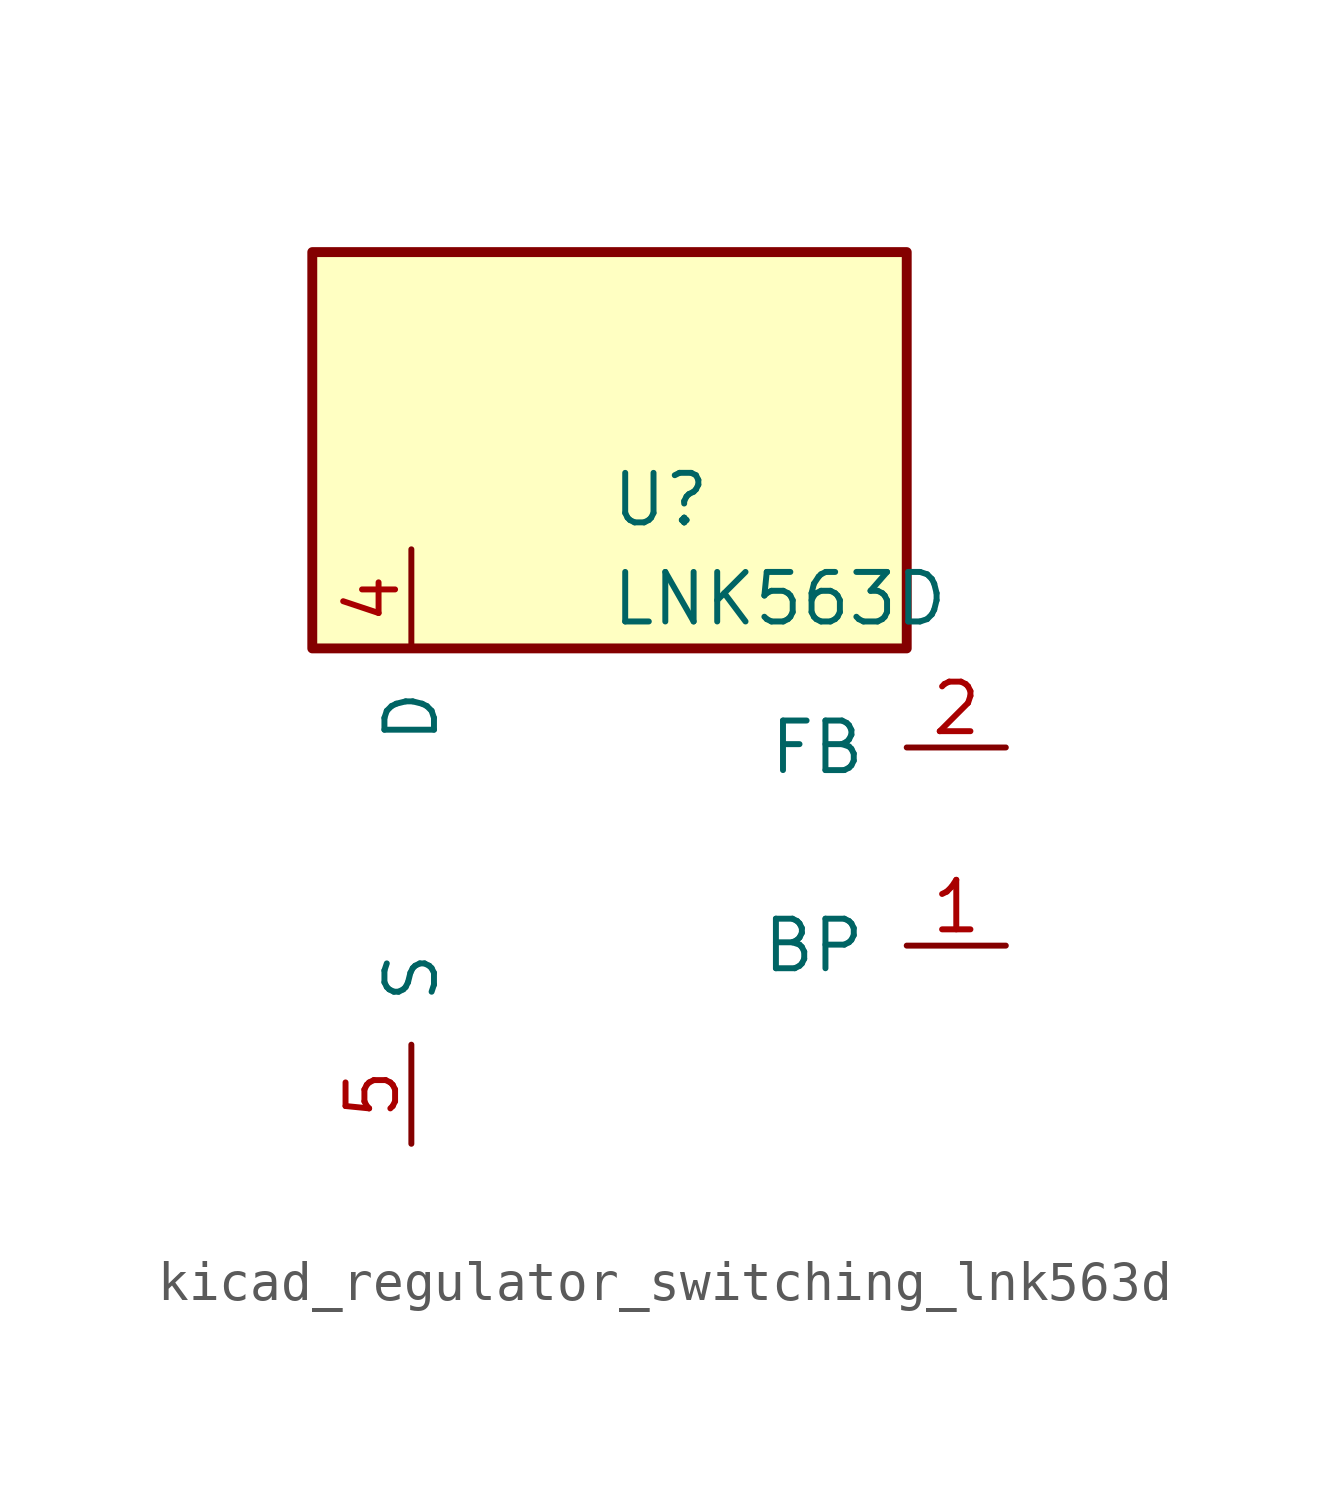
<source format=kicad_sym>
(kicad_symbol_lib
  (version 20220914)
  (generator kicad_symbol_editor)
  (symbol "kicad_regulator_switching_lnk563d"
    (pin_names
      (offset 1.016))
    (property "Reference" "U"
      (at 0 8.89 0)
      (effects (font (size 1.27 1.27)) (justify left)))
    (property "Value" "LNK563D"
      (at 0 6.35 0)
      (effects (font (size 1.27 1.27)) (justify left)))
    (symbol "kicad_regulator_switching_lnk563d_0_1"
      (rectangle (start 7.62 15.24) (end -7.62 5.08) (stroke (width 0.254) (type default)) (fill (type background))))
    (symbol "kicad_regulator_switching_lnk563d_1_1"
      (pin input line (at 10.16 -2.54 180) (length 2.54) (name "BP" (effects (font (size 1.27 1.27)))) (number "1" (effects (font (size 1.27 1.27)))))
      (pin input line (at 10.16 2.54 180) (length 2.54) (name "FB" (effects (font (size 1.27 1.27)))) (number "2" (effects (font (size 1.27 1.27)))))
      (pin open_collector line (at -5.08 7.62 270) (length 2.54) (name "D" (effects (font (size 1.27 1.27)))) (number "4" (effects (font (size 1.27 1.27)))))
      (pin power_in line (at -5.08 -7.62 90) (length 2.54) (name "S" (effects (font (size 1.27 1.27)))) (number "5" (effects (font (size 1.27 1.27)))))
      (pin passive line (at -5.08 -7.62 90) (length 2.54) hide (name "S" (effects (font (size 1.27 1.27)))) (number "6" (effects (font (size 1.27 1.27)))))
      (pin passive line (at -5.08 -7.62 90) (length 2.54) hide (name "S" (effects (font (size 1.27 1.27)))) (number "7" (effects (font (size 1.27 1.27)))))
      (pin passive line (at -5.08 -7.62 90) (length 2.54) hide (name "S" (effects (font (size 1.27 1.27)))) (number "8" (effects (font (size 1.27 1.27))))))))
</source>
